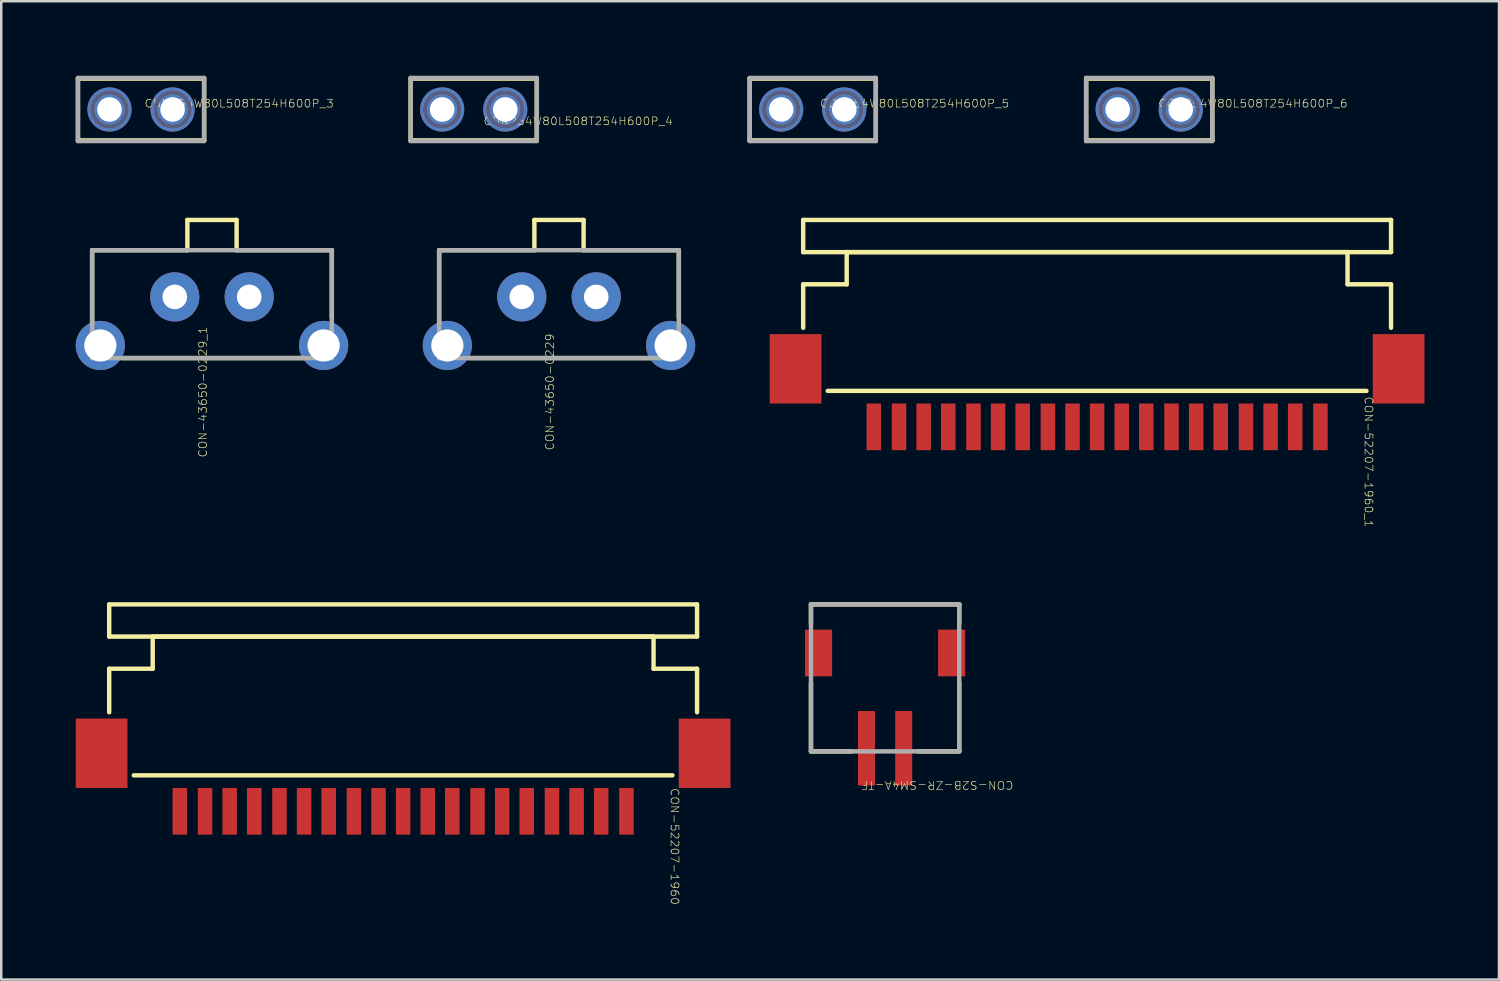
<source format=kicad_pcb>
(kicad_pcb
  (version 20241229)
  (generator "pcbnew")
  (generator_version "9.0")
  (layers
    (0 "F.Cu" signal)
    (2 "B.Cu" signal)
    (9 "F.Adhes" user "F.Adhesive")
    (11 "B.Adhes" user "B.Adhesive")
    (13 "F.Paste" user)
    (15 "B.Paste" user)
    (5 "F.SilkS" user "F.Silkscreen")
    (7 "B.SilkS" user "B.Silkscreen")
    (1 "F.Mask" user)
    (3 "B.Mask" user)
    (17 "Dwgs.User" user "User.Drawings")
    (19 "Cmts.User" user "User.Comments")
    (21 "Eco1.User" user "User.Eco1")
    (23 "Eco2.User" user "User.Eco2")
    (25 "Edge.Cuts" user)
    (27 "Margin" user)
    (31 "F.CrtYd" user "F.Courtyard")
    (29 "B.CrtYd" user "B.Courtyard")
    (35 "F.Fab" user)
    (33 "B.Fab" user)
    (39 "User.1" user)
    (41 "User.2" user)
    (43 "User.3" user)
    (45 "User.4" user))
  (footprint "CON-43650-0229"
    (layer "F.Cu")
    (at 19.459 8.905)
    (property "Reference" "CON-43650-0229" (at -0.368 3.829 90) (unlocked yes) (layer "F.SilkS") (effects (font (size 0.317 0.333) (thickness 0.025))))
    (attr smd)
    (fp_line (start -4.826 -1.88) (end -0.991 -1.88) (stroke (width 0.178) (type solid)) (layer "F.SilkS"))
    (fp_line (start -4.826 1.092) (end -4.826 -1.88) (stroke (width 0.178) (type solid)) (layer "F.SilkS"))
    (fp_line (start -3.632 2.464) (end 3.683 2.464) (stroke (width 0.178) (type solid)) (layer "F.SilkS"))
    (fp_line (start -0.991 -3.099) (end 0.991 -3.099) (stroke (width 0.178) (type solid)) (layer "F.SilkS"))
    (fp_line (start -0.991 -1.88) (end -0.991 -3.099) (stroke (width 0.178) (type solid)) (layer "F.SilkS"))
    (fp_line (start 0.991 -1.88) (end 0.991 -3.099) (stroke (width 0.178) (type solid)) (layer "F.SilkS"))
    (fp_line (start 0.991 -1.88) (end 4.826 -1.88) (stroke (width 0.178) (type solid)) (layer "F.SilkS"))
    (fp_line (start 4.826 0.838) (end 4.826 -1.88) (stroke (width 0.178) (type solid)) (layer "F.SilkS"))
    (fp_line (start -4.826 -1.88) (end 4.826 -1.88) (stroke (width 0.178) (type solid)) (layer "F.Fab"))
    (fp_line (start -4.826 2.464) (end -4.826 -1.88) (stroke (width 0.178) (type solid)) (layer "F.Fab"))
    (fp_line (start -4.826 2.464) (end 4.826 2.464) (stroke (width 0.178) (type solid)) (layer "F.Fab"))
    (fp_line (start 4.826 2.464) (end 4.826 -1.88) (stroke (width 0.178) (type solid)) (layer "F.Fab"))
    (pad "1" thru_hole circle (at 1.499 0) (size 1.981 1.981) (drill 0.991) (layers "*.Cu" "*.Mask"))
    (pad "2" thru_hole circle (at -1.499 0) (size 1.981 1.981) (drill 0.991) (layers "*.Cu" "*.Mask"))
    (pad "3" thru_hole circle (at -4.496 1.956) (size 1.981 1.981) (drill 1.295) (layers "*.Cu" "*.Mask"))
    (pad "4" thru_hole circle (at 4.496 1.956) (size 1.981 1.981) (drill 1.295) (layers "*.Cu" "*.Mask")))
  (footprint "CON-52207-1960"
    (layer "F.Cu")
    (at 13.183 29.619)
    (property "Reference" "CON-52207-1960" (at 10.935 1.416 270) (unlocked yes) (layer "F.SilkS") (effects (font (size 0.317 0.333) (thickness 0.025))))
    (attr smd)
    (fp_line (start -11.836 -8.331) (end -11.836 -7.036) (stroke (width 0.178) (type solid)) (layer "F.SilkS"))
    (fp_line (start -11.836 -5.74) (end -11.836 -3.988) (stroke (width 0.178) (type solid)) (layer "F.SilkS"))
    (fp_line (start -10.084 -7.036) (end -10.084 -5.74) (stroke (width 0.178) (type solid)) (layer "F.SilkS"))
    (fp_line (start -10.084 -5.74) (end -11.836 -5.74) (stroke (width 0.178) (type solid)) (layer "F.SilkS"))
    (fp_line (start 10.084 -7.036) (end -10.084 -7.036) (stroke (width 0.178) (type solid)) (layer "F.SilkS"))
    (fp_line (start 10.084 -7.036) (end 10.084 -5.74) (stroke (width 0.178) (type solid)) (layer "F.SilkS"))
    (fp_line (start 10.846 -1.448) (end -10.846 -1.448) (stroke (width 0.178) (type solid)) (layer "F.SilkS"))
    (fp_line (start 11.836 -8.331) (end -11.836 -8.331) (stroke (width 0.178) (type solid)) (layer "F.SilkS"))
    (fp_line (start 11.836 -8.331) (end 11.836 -7.036) (stroke (width 0.178) (type solid)) (layer "F.SilkS"))
    (fp_line (start 11.836 -7.036) (end -11.836 -7.036) (stroke (width 0.178) (type solid)) (layer "F.SilkS"))
    (fp_line (start 11.836 -5.74) (end 10.084 -5.74) (stroke (width 0.178) (type solid)) (layer "F.SilkS"))
    (fp_line (start 11.836 -5.74) (end 11.836 -3.988) (stroke (width 0.178) (type solid)) (layer "F.SilkS"))
    (pad "1" smd rect (at 8.992 0 90) (size 1.88 0.584) (layers "F.Cu" "F.Mask" "F.Paste"))
    (pad "2" smd rect (at 7.976 0 90) (size 1.88 0.584) (layers "F.Cu" "F.Mask" "F.Paste"))
    (pad "3" smd rect (at 6.985 0 90) (size 1.88 0.584) (layers "F.Cu" "F.Mask" "F.Paste"))
    (pad "4" smd rect (at 5.994 0 90) (size 1.88 0.584) (layers "F.Cu" "F.Mask" "F.Paste"))
    (pad "5" smd rect (at 4.978 0 90) (size 1.88 0.584) (layers "F.Cu" "F.Mask" "F.Paste"))
    (pad "6" smd rect (at 3.988 0 90) (size 1.88 0.584) (layers "F.Cu" "F.Mask" "F.Paste"))
    (pad "7" smd rect (at 2.997 0 90) (size 1.88 0.584) (layers "F.Cu" "F.Mask" "F.Paste"))
    (pad "8" smd rect (at 1.981 0 90) (size 1.88 0.584) (layers "F.Cu" "F.Mask" "F.Paste"))
    (pad "9" smd rect (at 0.991 0 90) (size 1.88 0.584) (layers "F.Cu" "F.Mask" "F.Paste"))
    (pad "10" smd rect (at 0 0 90) (size 1.88 0.584) (layers "F.Cu" "F.Mask" "F.Paste"))
    (pad "11" smd rect (at -0.991 0 90) (size 1.88 0.584) (layers "F.Cu" "F.Mask" "F.Paste"))
    (pad "12" smd rect (at -1.981 0 90) (size 1.88 0.584) (layers "F.Cu" "F.Mask" "F.Paste"))
    (pad "13" smd rect (at -2.997 0 90) (size 1.88 0.584) (layers "F.Cu" "F.Mask" "F.Paste"))
    (pad "14" smd rect (at -3.988 0 90) (size 1.88 0.584) (layers "F.Cu" "F.Mask" "F.Paste"))
    (pad "15" smd rect (at -4.978 0 90) (size 1.88 0.584) (layers "F.Cu" "F.Mask" "F.Paste"))
    (pad "16" smd rect (at -5.994 0 90) (size 1.88 0.584) (layers "F.Cu" "F.Mask" "F.Paste"))
    (pad "17" smd rect (at -6.985 0 90) (size 1.88 0.584) (layers "F.Cu" "F.Mask" "F.Paste"))
    (pad "18" smd rect (at -7.976 0 90) (size 1.88 0.584) (layers "F.Cu" "F.Mask" "F.Paste"))
    (pad "19" smd rect (at -8.992 0 90) (size 1.88 0.584) (layers "F.Cu" "F.Mask" "F.Paste"))
    (pad "20" smd rect (at 12.141 -2.337 90) (size 2.794 2.083) (layers "F.Cu" "F.Mask" "F.Paste"))
    (pad "21" smd rect (at -12.141 -2.337 90) (size 2.794 2.083) (layers "F.Cu" "F.Mask" "F.Paste")))
  (footprint "CON-52207-1960_1"
    (layer "F.Cu")
    (at 41.128 14.138)
    (property "Reference" "CON-52207-1960_1" (at 10.935 1.416 270) (unlocked yes) (layer "F.SilkS") (effects (font (size 0.317 0.333) (thickness 0.025))))
    (attr smd)
    (fp_line (start -11.836 -8.331) (end -11.836 -7.036) (stroke (width 0.178) (type solid)) (layer "F.SilkS"))
    (fp_line (start -11.836 -5.74) (end -11.836 -3.988) (stroke (width 0.178) (type solid)) (layer "F.SilkS"))
    (fp_line (start -10.084 -7.036) (end -10.084 -5.74) (stroke (width 0.178) (type solid)) (layer "F.SilkS"))
    (fp_line (start -10.084 -5.74) (end -11.836 -5.74) (stroke (width 0.178) (type solid)) (layer "F.SilkS"))
    (fp_line (start 10.084 -7.036) (end -10.084 -7.036) (stroke (width 0.178) (type solid)) (layer "F.SilkS"))
    (fp_line (start 10.084 -7.036) (end 10.084 -5.74) (stroke (width 0.178) (type solid)) (layer "F.SilkS"))
    (fp_line (start 10.846 -1.448) (end -10.846 -1.448) (stroke (width 0.178) (type solid)) (layer "F.SilkS"))
    (fp_line (start 11.836 -8.331) (end -11.836 -8.331) (stroke (width 0.178) (type solid)) (layer "F.SilkS"))
    (fp_line (start 11.836 -8.331) (end 11.836 -7.036) (stroke (width 0.178) (type solid)) (layer "F.SilkS"))
    (fp_line (start 11.836 -7.036) (end -11.836 -7.036) (stroke (width 0.178) (type solid)) (layer "F.SilkS"))
    (fp_line (start 11.836 -5.74) (end 10.084 -5.74) (stroke (width 0.178) (type solid)) (layer "F.SilkS"))
    (fp_line (start 11.836 -5.74) (end 11.836 -3.988) (stroke (width 0.178) (type solid)) (layer "F.SilkS"))
    (pad "1" smd rect (at 8.992 0 90) (size 1.88 0.584) (layers "F.Cu" "F.Mask" "F.Paste"))
    (pad "2" smd rect (at 7.976 0 90) (size 1.88 0.584) (layers "F.Cu" "F.Mask" "F.Paste"))
    (pad "3" smd rect (at 6.985 0 90) (size 1.88 0.584) (layers "F.Cu" "F.Mask" "F.Paste"))
    (pad "4" smd rect (at 5.994 0 90) (size 1.88 0.584) (layers "F.Cu" "F.Mask" "F.Paste"))
    (pad "5" smd rect (at 4.978 0 90) (size 1.88 0.584) (layers "F.Cu" "F.Mask" "F.Paste"))
    (pad "6" smd rect (at 3.988 0 90) (size 1.88 0.584) (layers "F.Cu" "F.Mask" "F.Paste"))
    (pad "7" smd rect (at 2.997 0 90) (size 1.88 0.584) (layers "F.Cu" "F.Mask" "F.Paste"))
    (pad "8" smd rect (at 1.981 0 90) (size 1.88 0.584) (layers "F.Cu" "F.Mask" "F.Paste"))
    (pad "9" smd rect (at 0.991 0 90) (size 1.88 0.584) (layers "F.Cu" "F.Mask" "F.Paste"))
    (pad "10" smd rect (at 0 0 90) (size 1.88 0.584) (layers "F.Cu" "F.Mask" "F.Paste"))
    (pad "11" smd rect (at -0.991 0 90) (size 1.88 0.584) (layers "F.Cu" "F.Mask" "F.Paste"))
    (pad "12" smd rect (at -1.981 0 90) (size 1.88 0.584) (layers "F.Cu" "F.Mask" "F.Paste"))
    (pad "13" smd rect (at -2.997 0 90) (size 1.88 0.584) (layers "F.Cu" "F.Mask" "F.Paste"))
    (pad "14" smd rect (at -3.988 0 90) (size 1.88 0.584) (layers "F.Cu" "F.Mask" "F.Paste"))
    (pad "15" smd rect (at -4.978 0 90) (size 1.88 0.584) (layers "F.Cu" "F.Mask" "F.Paste"))
    (pad "16" smd rect (at -5.994 0 90) (size 1.88 0.584) (layers "F.Cu" "F.Mask" "F.Paste"))
    (pad "17" smd rect (at -6.985 0 90) (size 1.88 0.584) (layers "F.Cu" "F.Mask" "F.Paste"))
    (pad "18" smd rect (at -7.976 0 90) (size 1.88 0.584) (layers "F.Cu" "F.Mask" "F.Paste"))
    (pad "19" smd rect (at -8.992 0 90) (size 1.88 0.584) (layers "F.Cu" "F.Mask" "F.Paste"))
    (pad "20" smd rect (at 12.141 -2.337 90) (size 2.794 2.083) (layers "F.Cu" "F.Mask" "F.Paste"))
    (pad "21" smd rect (at -12.141 -2.337 90) (size 2.794 2.083) (layers "F.Cu" "F.Mask" "F.Paste")))
  (footprint "CON-43650-0229_1"
    (layer "F.Cu")
    (at 5.486 8.905)
    (property "Reference" "CON-43650-0229_1" (at -0.368 3.829 90) (unlocked yes) (layer "F.SilkS") (effects (font (size 0.317 0.333) (thickness 0.025))))
    (attr smd)
    (fp_line (start -4.826 -1.88) (end -0.991 -1.88) (stroke (width 0.178) (type solid)) (layer "F.SilkS"))
    (fp_line (start -4.826 1.092) (end -4.826 -1.88) (stroke (width 0.178) (type solid)) (layer "F.SilkS"))
    (fp_line (start -3.632 2.464) (end 3.683 2.464) (stroke (width 0.178) (type solid)) (layer "F.SilkS"))
    (fp_line (start -0.991 -3.099) (end 0.991 -3.099) (stroke (width 0.178) (type solid)) (layer "F.SilkS"))
    (fp_line (start -0.991 -1.88) (end -0.991 -3.099) (stroke (width 0.178) (type solid)) (layer "F.SilkS"))
    (fp_line (start 0.991 -1.88) (end 0.991 -3.099) (stroke (width 0.178) (type solid)) (layer "F.SilkS"))
    (fp_line (start 0.991 -1.88) (end 4.826 -1.88) (stroke (width 0.178) (type solid)) (layer "F.SilkS"))
    (fp_line (start 4.826 0.838) (end 4.826 -1.88) (stroke (width 0.178) (type solid)) (layer "F.SilkS"))
    (fp_line (start -4.826 -1.88) (end 4.826 -1.88) (stroke (width 0.178) (type solid)) (layer "F.Fab"))
    (fp_line (start -4.826 2.464) (end -4.826 -1.88) (stroke (width 0.178) (type solid)) (layer "F.Fab"))
    (fp_line (start -4.826 2.464) (end 4.826 2.464) (stroke (width 0.178) (type solid)) (layer "F.Fab"))
    (fp_line (start 4.826 2.464) (end 4.826 -1.88) (stroke (width 0.178) (type solid)) (layer "F.Fab"))
    (pad "1" thru_hole circle (at 1.499 0) (size 1.981 1.981) (drill 0.991) (layers "*.Cu" "*.Mask"))
    (pad "2" thru_hole circle (at -1.499 0) (size 1.981 1.981) (drill 0.991) (layers "*.Cu" "*.Mask"))
    (pad "3" thru_hole circle (at -4.496 1.956) (size 1.981 1.981) (drill 1.295) (layers "*.Cu" "*.Mask"))
    (pad "4" thru_hole circle (at 4.496 1.956) (size 1.981 1.981) (drill 1.295) (layers "*.Cu" "*.Mask")))
  (footprint "CON254W80L508T254H600P_6"
    (layer "F.Cu")
    (at 43.226 1.359)
    (property "Reference" "CON254W80L508T254H600P_6" (at 4.178 -0.241 0) (unlocked yes) (layer "F.SilkS") (effects (font (size 0.317 0.333) (thickness 0.025))))
    (attr smd)
    (fp_line (start -2.54 -1.245) (end 2.54 -1.245) (stroke (width 0.178) (type solid)) (layer "F.SilkS"))
    (fp_line (start -2.54 1.245) (end -2.54 -1.245) (stroke (width 0.178) (type solid)) (layer "F.SilkS"))
    (fp_line (start -2.54 1.245) (end 2.54 1.245) (stroke (width 0.178) (type solid)) (layer "F.SilkS"))
    (fp_line (start 2.54 1.245) (end 2.54 -1.245) (stroke (width 0.178) (type solid)) (layer "F.SilkS"))
    (fp_circle (center -1.27 0) (end -0.584 0) (stroke (width 0.178) (type solid)) (fill no) (layer "B.Fab"))
    (fp_circle (center 1.27 0) (end 1.956 0) (stroke (width 0.178) (type solid)) (fill no) (layer "B.Fab"))
    (fp_line (start -2.54 -1.27) (end 2.54 -1.27) (stroke (width 0.178) (type solid)) (layer "F.Fab"))
    (fp_line (start -2.54 1.27) (end -2.54 -1.27) (stroke (width 0.178) (type solid)) (layer "F.Fab"))
    (fp_line (start -2.54 1.27) (end 2.54 1.27) (stroke (width 0.178) (type solid)) (layer "F.Fab"))
    (fp_line (start 2.54 1.27) (end 2.54 -1.27) (stroke (width 0.178) (type solid)) (layer "F.Fab"))
    (fp_circle (center -1.27 0) (end -0.584 0) (stroke (width 0.178) (type solid)) (fill no) (layer "F.Fab"))
    (fp_circle (center 1.27 0) (end 1.956 0) (stroke (width 0.178) (type solid)) (fill no) (layer "F.Fab"))
    (pad "1" thru_hole circle (at -1.27 0) (size 1.778 1.778) (drill 0.991) (layers "*.Cu" "*.Mask"))
    (pad "2" thru_hole circle (at 1.27 0) (size 1.778 1.778) (drill 0.991) (layers "*.Cu" "*.Mask")))
  (footprint "CON254W80L508T254H600P_3"
    (layer "F.Cu")
    (at 2.629 1.359)
    (property "Reference" "CON254W80L508T254H600P_3" (at 3.95 -0.241 0) (unlocked yes) (layer "F.SilkS") (effects (font (size 0.317 0.333) (thickness 0.025))))
    (attr smd)
    (fp_line (start -2.54 -1.245) (end 2.54 -1.245) (stroke (width 0.178) (type solid)) (layer "F.SilkS"))
    (fp_line (start -2.54 1.245) (end -2.54 -1.245) (stroke (width 0.178) (type solid)) (layer "F.SilkS"))
    (fp_line (start -2.54 1.245) (end 2.54 1.245) (stroke (width 0.178) (type solid)) (layer "F.SilkS"))
    (fp_line (start 2.54 1.245) (end 2.54 -1.245) (stroke (width 0.178) (type solid)) (layer "F.SilkS"))
    (fp_circle (center -1.27 0) (end -0.584 0) (stroke (width 0.178) (type solid)) (fill no) (layer "B.Fab"))
    (fp_circle (center 1.27 0) (end 1.956 0) (stroke (width 0.178) (type solid)) (fill no) (layer "B.Fab"))
    (fp_line (start -2.54 -1.27) (end 2.54 -1.27) (stroke (width 0.178) (type solid)) (layer "F.Fab"))
    (fp_line (start -2.54 1.27) (end -2.54 -1.27) (stroke (width 0.178) (type solid)) (layer "F.Fab"))
    (fp_line (start -2.54 1.27) (end 2.54 1.27) (stroke (width 0.178) (type solid)) (layer "F.Fab"))
    (fp_line (start 2.54 1.27) (end 2.54 -1.27) (stroke (width 0.178) (type solid)) (layer "F.Fab"))
    (fp_circle (center -1.27 0) (end -0.584 0) (stroke (width 0.178) (type solid)) (fill no) (layer "F.Fab"))
    (fp_circle (center 1.27 0) (end 1.956 0) (stroke (width 0.178) (type solid)) (fill no) (layer "F.Fab"))
    (pad "1" thru_hole circle (at -1.27 0) (size 1.778 1.778) (drill 0.991) (layers "*.Cu" "*.Mask"))
    (pad "2" thru_hole circle (at 1.27 0) (size 1.778 1.778) (drill 0.991) (layers "*.Cu" "*.Mask")))
  (footprint "CON-S2B-ZR-SM4A-TF"
    (layer "F.Cu")
    (at 33.34 27.079)
    (property "Reference" "CON-S2B-ZR-SM4A-TF" (at 1.353 1.486 180) (unlocked yes) (layer "F.SilkS") (effects (font (size 0.317 0.333) (thickness 0.025))))
    (attr smd)
    (fp_line (start -3.734 -5.791) (end -3.734 -5.029) (stroke (width 0.178) (type solid)) (layer "F.SilkS"))
    (fp_line (start -3.734 -2.642) (end -3.734 0.127) (stroke (width 0.178) (type solid)) (layer "F.SilkS"))
    (fp_line (start -2.083 0.127) (end -3.734 0.127) (stroke (width 0.178) (type solid)) (layer "F.SilkS"))
    (fp_line (start 2.235 -5.791) (end -3.734 -5.791) (stroke (width 0.178) (type solid)) (layer "F.SilkS"))
    (fp_line (start 2.235 -5.791) (end 2.235 -5.029) (stroke (width 0.178) (type solid)) (layer "F.SilkS"))
    (fp_line (start 2.235 -2.642) (end 2.235 0.127) (stroke (width 0.178) (type solid)) (layer "F.SilkS"))
    (fp_line (start 2.235 0.127) (end 0.584 0.127) (stroke (width 0.178) (type solid)) (layer "F.SilkS"))
    (fp_line (start -3.734 -5.791) (end -3.734 0.127) (stroke (width 0.178) (type solid)) (layer "F.Fab"))
    (fp_line (start 2.235 -5.791) (end -3.734 -5.791) (stroke (width 0.178) (type solid)) (layer "F.Fab"))
    (fp_line (start 2.235 -5.791) (end 2.235 0.127) (stroke (width 0.178) (type solid)) (layer "F.Fab"))
    (fp_line (start 2.235 0.127) (end -3.734 0.127) (stroke (width 0.178) (type solid)) (layer "F.Fab"))
    (pad "1" smd rect (at 0 0 90) (size 2.997 0.686) (layers "F.Cu" "F.Mask" "F.Paste"))
    (pad "2" smd rect (at -1.499 0 90) (size 2.997 0.686) (layers "F.Cu" "F.Mask" "F.Paste"))
    (pad "3" smd rect (at 1.93 -3.835 90) (size 1.88 1.092) (layers "F.Cu" "F.Mask" "F.Paste"))
    (pad "4" smd rect (at -3.429 -3.835 90) (size 1.88 1.092) (layers "F.Cu" "F.Mask" "F.Paste")))
  (footprint "CON254W80L508T254H600P_4"
    (layer "F.Cu")
    (at 16.026 1.359)
    (property "Reference" "CON254W80L508T254H600P_4" (at 4.204 0.47 0) (unlocked yes) (layer "F.SilkS") (effects (font (size 0.317 0.333) (thickness 0.025))))
    (attr smd)
    (fp_line (start -2.54 -1.245) (end 2.54 -1.245) (stroke (width 0.178) (type solid)) (layer "F.SilkS"))
    (fp_line (start -2.54 1.245) (end -2.54 -1.245) (stroke (width 0.178) (type solid)) (layer "F.SilkS"))
    (fp_line (start -2.54 1.245) (end 2.54 1.245) (stroke (width 0.178) (type solid)) (layer "F.SilkS"))
    (fp_line (start 2.54 1.245) (end 2.54 -1.245) (stroke (width 0.178) (type solid)) (layer "F.SilkS"))
    (fp_circle (center -1.27 0) (end -0.584 0) (stroke (width 0.178) (type solid)) (fill no) (layer "B.Fab"))
    (fp_circle (center 1.27 0) (end 1.956 0) (stroke (width 0.178) (type solid)) (fill no) (layer "B.Fab"))
    (fp_line (start -2.54 -1.27) (end 2.54 -1.27) (stroke (width 0.178) (type solid)) (layer "F.Fab"))
    (fp_line (start -2.54 1.27) (end -2.54 -1.27) (stroke (width 0.178) (type solid)) (layer "F.Fab"))
    (fp_line (start -2.54 1.27) (end 2.54 1.27) (stroke (width 0.178) (type solid)) (layer "F.Fab"))
    (fp_line (start 2.54 1.27) (end 2.54 -1.27) (stroke (width 0.178) (type solid)) (layer "F.Fab"))
    (fp_circle (center -1.27 0) (end -0.584 0) (stroke (width 0.178) (type solid)) (fill no) (layer "F.Fab"))
    (fp_circle (center 1.27 0) (end 1.956 0) (stroke (width 0.178) (type solid)) (fill no) (layer "F.Fab"))
    (pad "1" thru_hole circle (at -1.27 0) (size 1.778 1.778) (drill 0.991) (layers "*.Cu" "*.Mask"))
    (pad "2" thru_hole circle (at 1.27 0) (size 1.778 1.778) (drill 0.991) (layers "*.Cu" "*.Mask")))
  (footprint "CON254W80L508T254H600P_5"
    (layer "F.Cu")
    (at 29.677 1.359)
    (property "Reference" "CON254W80L508T254H600P_5" (at 4.102 -0.241 0) (unlocked yes) (layer "F.SilkS") (effects (font (size 0.317 0.333) (thickness 0.025))))
    (attr smd)
    (fp_line (start -2.54 -1.245) (end 2.54 -1.245) (stroke (width 0.178) (type solid)) (layer "F.SilkS"))
    (fp_line (start -2.54 1.245) (end -2.54 -1.245) (stroke (width 0.178) (type solid)) (layer "F.SilkS"))
    (fp_line (start -2.54 1.245) (end 2.54 1.245) (stroke (width 0.178) (type solid)) (layer "F.SilkS"))
    (fp_line (start 2.54 1.245) (end 2.54 -1.245) (stroke (width 0.178) (type solid)) (layer "F.SilkS"))
    (fp_circle (center -1.27 0) (end -0.584 0) (stroke (width 0.178) (type solid)) (fill no) (layer "B.Fab"))
    (fp_circle (center 1.27 0) (end 1.956 0) (stroke (width 0.178) (type solid)) (fill no) (layer "B.Fab"))
    (fp_line (start -2.54 -1.27) (end 2.54 -1.27) (stroke (width 0.178) (type solid)) (layer "F.Fab"))
    (fp_line (start -2.54 1.27) (end -2.54 -1.27) (stroke (width 0.178) (type solid)) (layer "F.Fab"))
    (fp_line (start -2.54 1.27) (end 2.54 1.27) (stroke (width 0.178) (type solid)) (layer "F.Fab"))
    (fp_line (start 2.54 1.27) (end 2.54 -1.27) (stroke (width 0.178) (type solid)) (layer "F.Fab"))
    (fp_circle (center -1.27 0) (end -0.584 0) (stroke (width 0.178) (type solid)) (fill no) (layer "F.Fab"))
    (fp_circle (center 1.27 0) (end 1.956 0) (stroke (width 0.178) (type solid)) (fill no) (layer "F.Fab"))
    (pad "1" thru_hole circle (at -1.27 0) (size 1.778 1.778) (drill 0.991) (layers "*.Cu" "*.Mask"))
    (pad "2" thru_hole circle (at 1.27 0) (size 1.778 1.778) (drill 0.991) (layers "*.Cu" "*.Mask")))
  (gr_rect
    (start -3 -3)
    (end 57.311 36.395)
    (stroke (width 0.1) (type default))
    (fill no)
    (layer "Edge.Cuts")))
</source>
